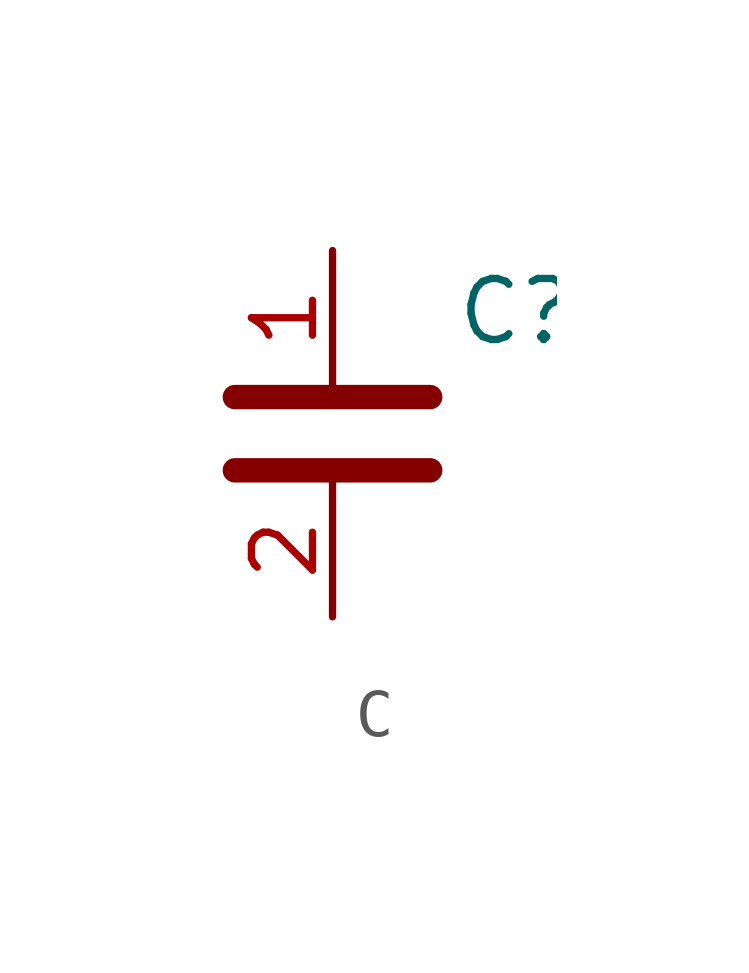
<source format=kicad_sym>
(kicad_symbol_lib
  (version 20220914)
  (generator kicad_symbol_editor)
  (symbol "C"
    (property "Reference" "C"
      (at 2.54 2.54 0)
      (do_not_autoplace)
      (effects (font (size 1.27 1.27)) (justify left)))
    (property "Value" ""
      (at 2.54 0 0)
      (do_not_autoplace)
      (effects (font (size 1.27 1.27)) (justify left)))
    (property "Voltage" ""
      (at 2.54 -2.54 0)
      (do_not_autoplace)
      (effects (font (size 1.27 1.27) (color 0 100 100 1)) (justify left)))
    (symbol "C_0_1"
      (polyline (pts (xy -2.032 -0.762) (xy 2.032 -0.762)) (stroke (width 0.508) (type default)) (fill (type none)))
      (polyline (pts (xy -2.032 0.762) (xy 2.032 0.762)) (stroke (width 0.508) (type default)) (fill (type none))))
    (symbol "C_1_1"
      (pin passive line (at 0 3.81 270) (length 2.794) (name "~" (effects (font (size 1.27 1.27)))) (number "1" (effects (font (size 1.27 1.27)))))
      (pin passive line (at 0 -3.81 90) (length 2.794) (name "~" (effects (font (size 1.27 1.27)))) (number "2" (effects (font (size 1.27 1.27))))))))
</source>
